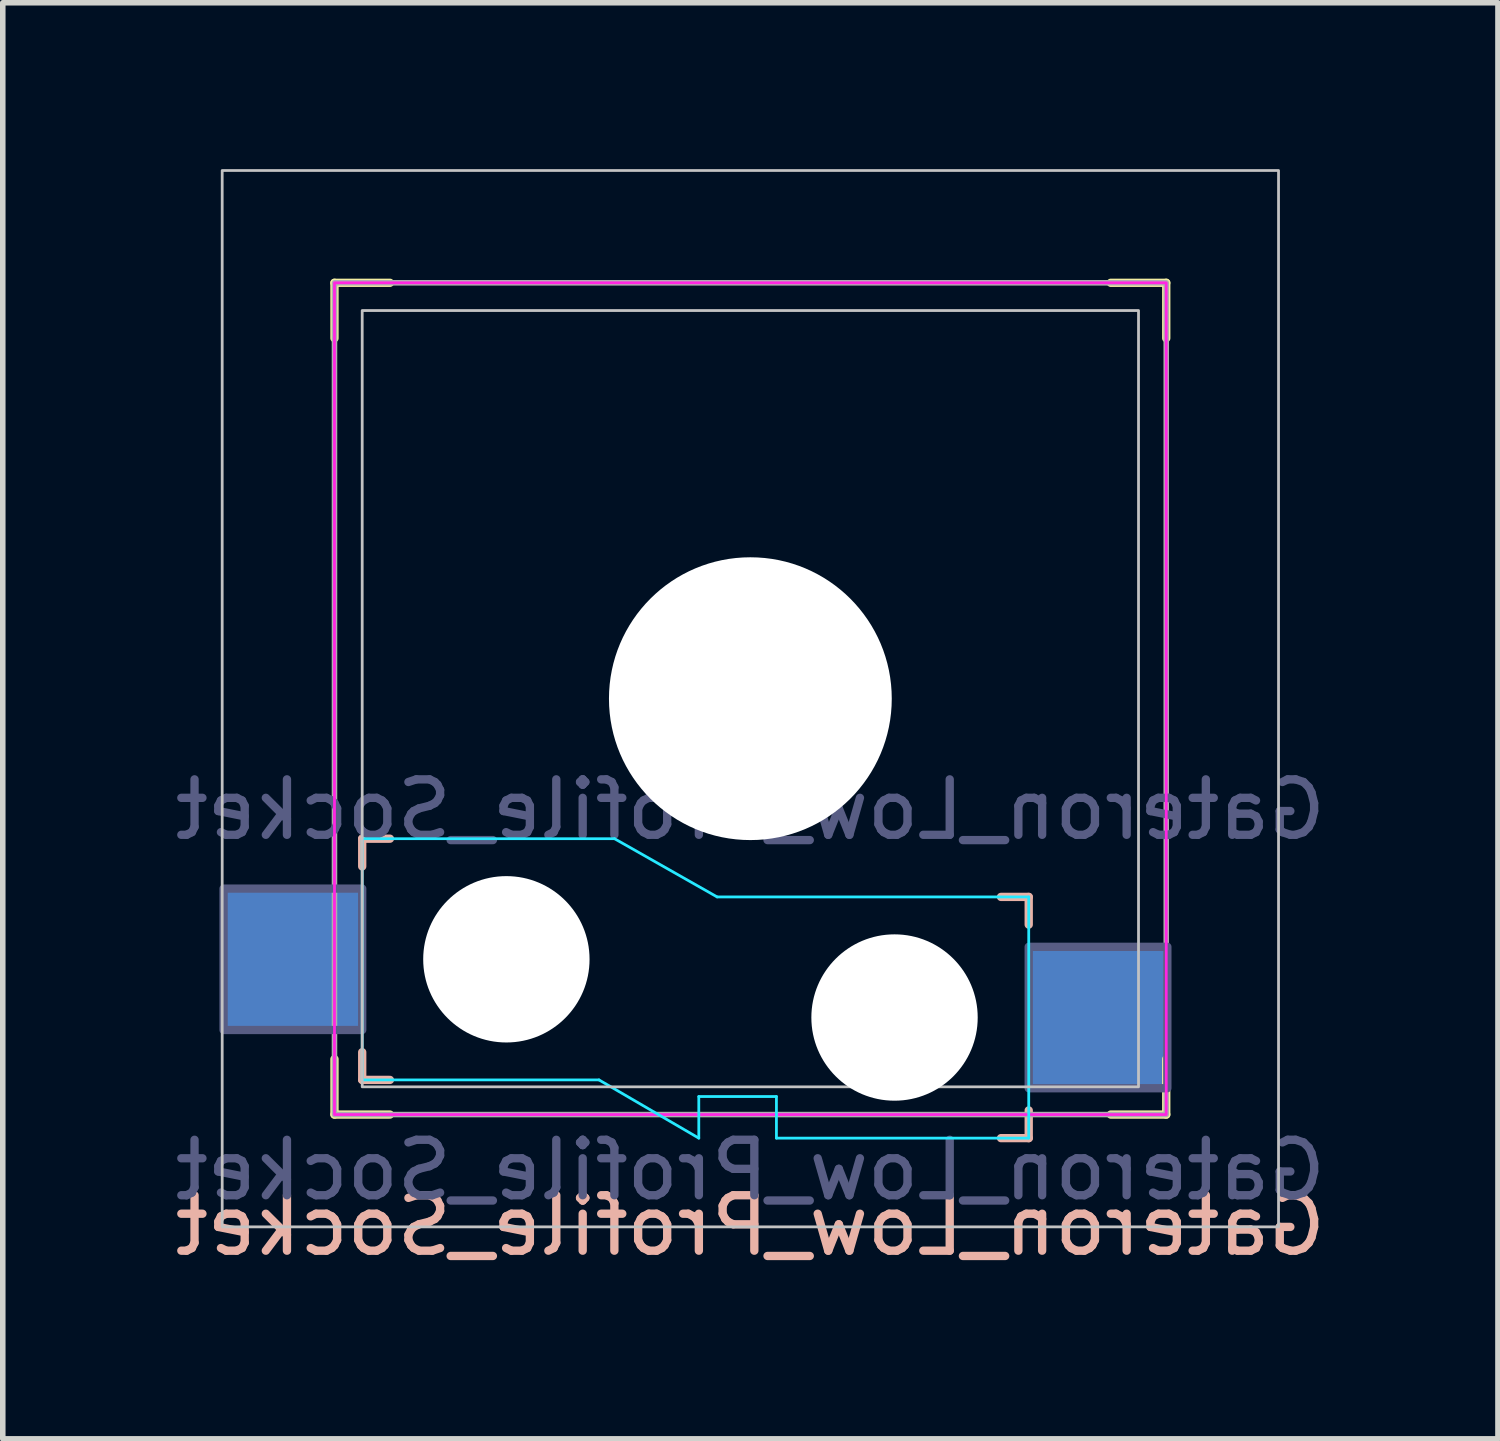
<source format=kicad_pcb>
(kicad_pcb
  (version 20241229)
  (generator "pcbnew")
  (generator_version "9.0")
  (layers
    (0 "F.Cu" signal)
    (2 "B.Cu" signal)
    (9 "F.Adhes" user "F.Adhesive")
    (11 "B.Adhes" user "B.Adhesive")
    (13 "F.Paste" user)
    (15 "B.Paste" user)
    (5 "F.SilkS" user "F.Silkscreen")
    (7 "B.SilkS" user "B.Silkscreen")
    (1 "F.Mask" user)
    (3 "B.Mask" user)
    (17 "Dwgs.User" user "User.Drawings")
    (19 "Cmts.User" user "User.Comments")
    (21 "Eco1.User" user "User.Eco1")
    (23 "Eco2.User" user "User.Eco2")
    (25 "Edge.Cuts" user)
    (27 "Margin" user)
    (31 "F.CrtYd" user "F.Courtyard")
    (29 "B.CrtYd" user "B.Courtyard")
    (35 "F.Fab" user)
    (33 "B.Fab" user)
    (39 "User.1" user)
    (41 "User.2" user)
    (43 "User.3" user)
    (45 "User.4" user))
  (footprint "Gateron_Low_Profile_Socket"
    (layer "F.Cu")
    (at 10.482 9.55)
    (property "Reference" "Gateron_Low_Profile_Socket" (at 0 9.5 0) (layer "B.SilkS") (effects (font (size 1 1) (thickness 0.15)) (justify mirror)))
    (property "Value" "Gateron_Low_Profile_Socket" (at 0 8.5 0) (layer "F.Fab") (hide yes) (effects (font (size 1 1) (thickness 0.15))))
    (attr smd)
    (fp_line (start -7.5 -6.5) (end -7.5 -7.5) (stroke (width 0.15) (type solid)) (layer "F.SilkS"))
    (fp_line (start -7.5 7.5) (end -7.5 6.5) (stroke (width 0.15) (type solid)) (layer "F.SilkS"))
    (fp_line (start -7.5 7.5) (end -6.5 7.5) (stroke (width 0.15) (type solid)) (layer "F.SilkS"))
    (fp_line (start -6.5 -7.5) (end -7.5 -7.5) (stroke (width 0.15) (type solid)) (layer "F.SilkS"))
    (fp_line (start 6.5 7.5) (end 7.5 7.5) (stroke (width 0.15) (type solid)) (layer "F.SilkS"))
    (fp_line (start 7.5 -7.5) (end 6.5 -7.5) (stroke (width 0.15) (type solid)) (layer "F.SilkS"))
    (fp_line (start 7.5 -7.5) (end 7.5 -6.5) (stroke (width 0.15) (type solid)) (layer "F.SilkS"))
    (fp_line (start 7.5 6.5) (end 7.5 7.5) (stroke (width 0.15) (type solid)) (layer "F.SilkS"))
    (fp_line (start -7 2.525) (end -7 3.025) (stroke (width 0.15) (type default)) (layer "B.SilkS"))
    (fp_line (start -7 2.525) (end -6.5 2.525) (stroke (width 0.15) (type default)) (layer "B.SilkS"))
    (fp_line (start -7 6.375) (end -7 6.875) (stroke (width 0.15) (type default)) (layer "B.SilkS"))
    (fp_line (start -7 6.875) (end -6.5 6.875) (stroke (width 0.15) (type default)) (layer "B.SilkS"))
    (fp_line (start 4.52 3.575) (end 5.02 3.575) (stroke (width 0.15) (type default)) (layer "B.SilkS"))
    (fp_line (start 4.52 7.925) (end 5.02 7.925) (stroke (width 0.15) (type default)) (layer "B.SilkS"))
    (fp_line (start 5.02 4.075) (end 5.02 3.575) (stroke (width 0.15) (type default)) (layer "B.SilkS"))
    (fp_line (start 5.02 7.925) (end 5.02 7.425) (stroke (width 0.15) (type default)) (layer "B.SilkS"))
    (fp_rect (start -9.525 -9.525) (end 9.525 9.525) (stroke (width 0.05) (type solid)) (fill no) (layer "Dwgs.User"))
    (fp_rect (start -7 -7) (end 7 7) (stroke (width 0.05) (type solid)) (fill no) (layer "Dwgs.User"))
    (fp_line (start -7 2.525) (end -7 6.875) (stroke (width 0.05) (type solid)) (layer "B.CrtYd"))
    (fp_line (start -7 2.525) (end -2.45 2.525) (stroke (width 0.05) (type solid)) (layer "B.CrtYd"))
    (fp_line (start -2.73 6.875) (end -7 6.875) (stroke (width 0.05) (type default)) (layer "B.CrtYd"))
    (fp_line (start -2.73 6.875) (end -0.93 7.925) (stroke (width 0.05) (type solid)) (layer "B.CrtYd"))
    (fp_line (start -0.93 7.925) (end -0.93 7.175) (stroke (width 0.05) (type solid)) (layer "B.CrtYd"))
    (fp_line (start -0.6 3.575) (end -2.45 2.525) (stroke (width 0.05) (type solid)) (layer "B.CrtYd"))
    (fp_line (start -0.6 3.575) (end 5.02 3.575) (stroke (width 0.05) (type solid)) (layer "B.CrtYd"))
    (fp_line (start 0.47 7.175) (end -0.93 7.175) (stroke (width 0.05) (type solid)) (layer "B.CrtYd"))
    (fp_line (start 0.47 7.925) (end 0.47 7.175) (stroke (width 0.05) (type solid)) (layer "B.CrtYd"))
    (fp_line (start 0.47 7.925) (end 5.02 7.925) (stroke (width 0.05) (type solid)) (layer "B.CrtYd"))
    (fp_line (start 5.02 3.575) (end 5.02 7.925) (stroke (width 0.05) (type solid)) (layer "B.CrtYd"))
    (fp_rect (start -7.5 -7.5) (end 7.5 7.5) (stroke (width 0.05) (type default)) (fill no) (layer "F.CrtYd"))
    (fp_rect (start -9.5 3.425) (end -7 5.975) (stroke (width 0.15) (type solid)) (fill no) (layer "B.Fab"))
    (fp_rect (start 5.02 4.475) (end 7.52 7.025) (stroke (width 0.15) (type solid)) (fill no) (layer "B.Fab"))
    (fp_rect (start -7.5 -7.5) (end 7.5 7.5) (stroke (width 0.1) (type solid)) (fill no) (layer "F.Fab"))
    (fp_text user "${VALUE}" (at 0 8.5 0) (layer "B.Fab") (effects (font (size 1 1) (thickness 0.15)) (justify mirror)))
    (fp_text user "${REFERENCE}" (at 0 2 0) (layer "B.Fab") (effects (font (size 1 1) (thickness 0.15)) (justify mirror)))
    (pad "" np_thru_hole circle (at -4.4 4.7) (size 3 3) (drill 3) (layers "*.Cu" "*.Mask"))
    (pad "" np_thru_hole circle (at 0 0) (size 5.1 5.1) (drill 5.1) (layers "*.Cu" "*.Mask"))
    (pad "" np_thru_hole circle (at 2.6 5.75) (size 3 3) (drill 3) (layers "*.Cu" "*.Mask"))
    (pad "1" smd rect (at -8.25 4.7) (size 2.5 2.55) (layers "B.Cu" "B.Mask" "B.Paste"))
    (pad "2" smd rect (at 6.27 5.75) (size 2.5 2.55) (layers "B.Cu" "B.Mask" "B.Paste")))
  (gr_rect
    (start -3 -3)
    (end 23.964 22.898)
    (stroke (width 0.1) (type default))
    (fill no)
    (layer "Edge.Cuts")))
</source>
